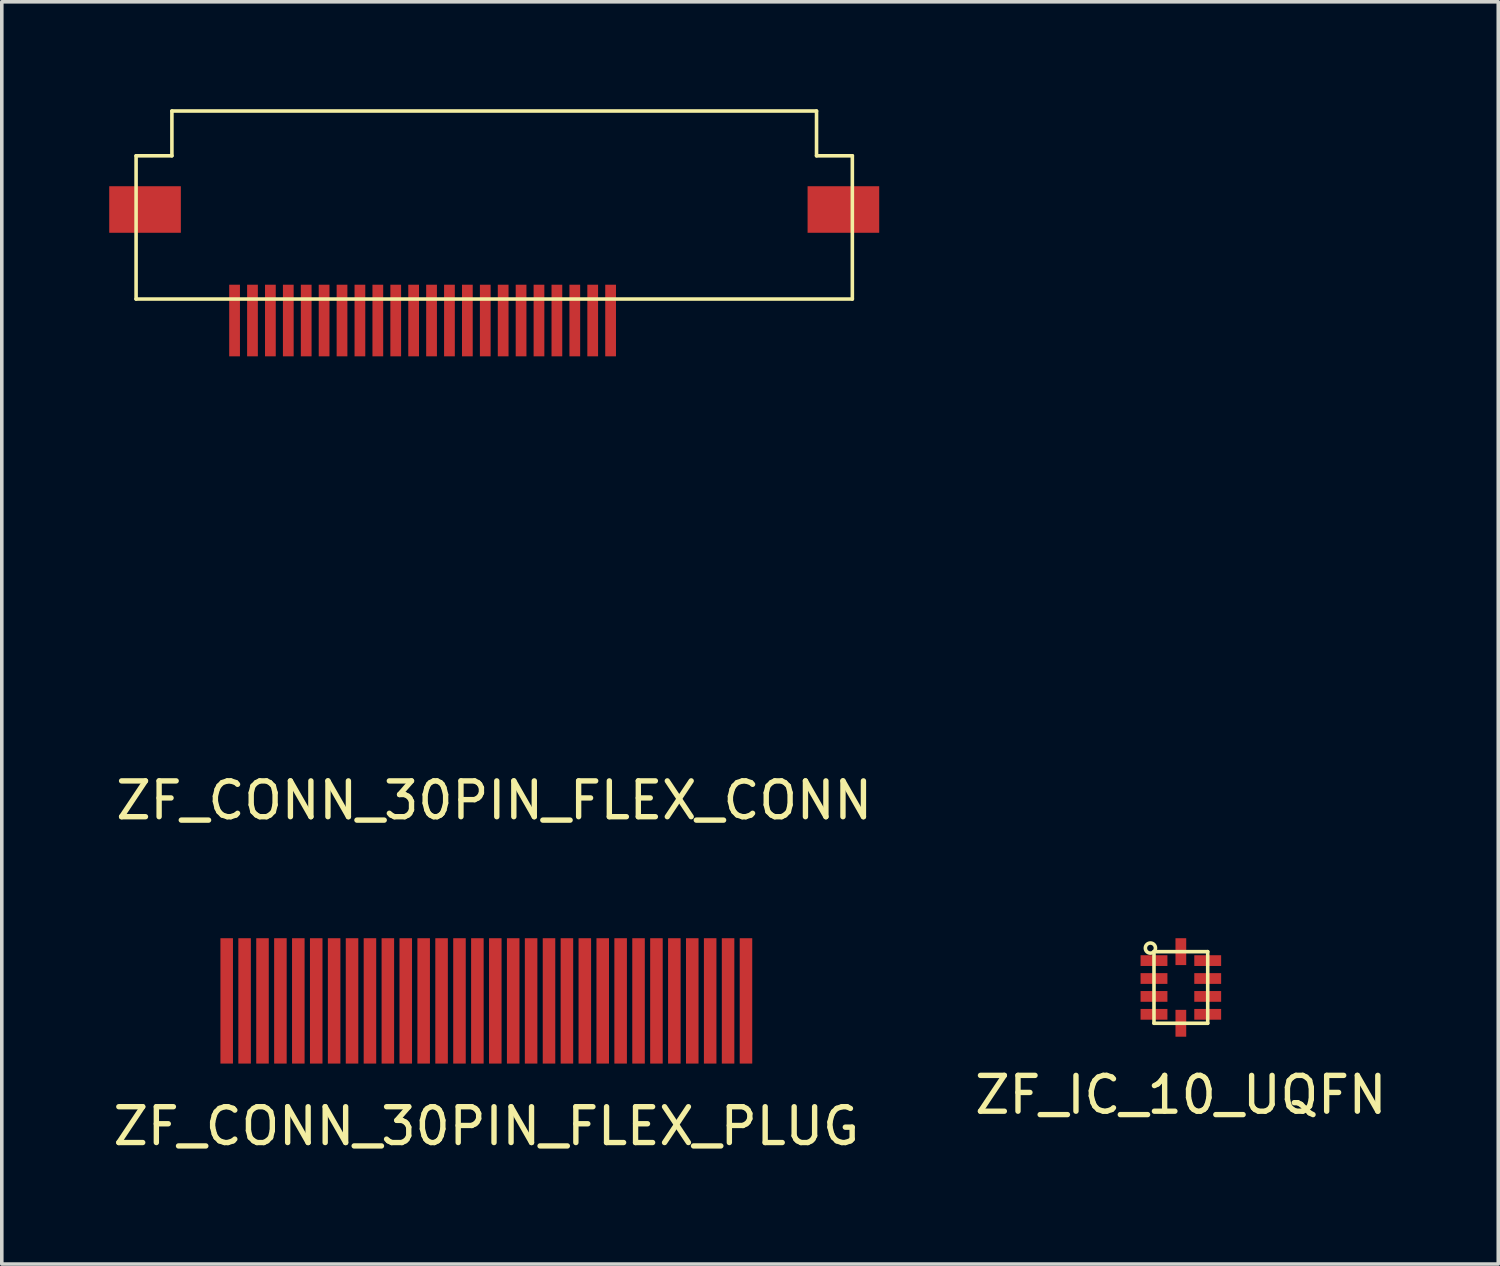
<source format=kicad_pcb>
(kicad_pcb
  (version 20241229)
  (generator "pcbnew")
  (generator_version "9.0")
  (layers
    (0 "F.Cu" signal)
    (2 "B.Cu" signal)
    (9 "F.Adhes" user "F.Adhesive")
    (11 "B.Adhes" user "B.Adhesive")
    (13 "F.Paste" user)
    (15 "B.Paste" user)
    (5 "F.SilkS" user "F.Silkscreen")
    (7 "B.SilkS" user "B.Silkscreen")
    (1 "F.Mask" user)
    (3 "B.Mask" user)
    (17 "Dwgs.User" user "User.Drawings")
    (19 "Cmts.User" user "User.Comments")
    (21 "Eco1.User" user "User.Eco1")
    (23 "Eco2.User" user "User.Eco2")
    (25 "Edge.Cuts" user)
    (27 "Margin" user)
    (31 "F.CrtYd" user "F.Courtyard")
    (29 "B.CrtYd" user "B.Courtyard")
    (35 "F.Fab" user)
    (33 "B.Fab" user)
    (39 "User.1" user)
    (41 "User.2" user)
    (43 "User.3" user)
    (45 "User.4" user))
  (footprint "ZF_CONN_30PIN_FLEX_PLUG"
    (layer "F.Cu")
    (at 10.53 24.898)
    (property "Reference" "ZF_CONN_30PIN_FLEX_PLUG" (at 0 3.5 0) (layer "F.SilkS") (effects (font (size 1 1) (thickness 0.15))))
    (attr through_hole)
    (pad "1" smd rect (at -7.25 0) (size 0.35 3.5) (layers "F.Cu" "F.Mask" "F.Paste"))
    (pad "2" smd rect (at -6.75 0) (size 0.35 3.5) (layers "F.Cu" "F.Mask" "F.Paste"))
    (pad "3" smd rect (at -6.25 0) (size 0.35 3.5) (layers "F.Cu" "F.Mask" "F.Paste"))
    (pad "4" smd rect (at -5.75 0) (size 0.35 3.5) (layers "F.Cu" "F.Mask" "F.Paste"))
    (pad "5" smd rect (at -5.25 0) (size 0.35 3.5) (layers "F.Cu" "F.Mask" "F.Paste"))
    (pad "6" smd rect (at -4.75 0) (size 0.35 3.5) (layers "F.Cu" "F.Mask" "F.Paste"))
    (pad "7" smd rect (at -4.25 0) (size 0.35 3.5) (layers "F.Cu" "F.Mask" "F.Paste"))
    (pad "8" smd rect (at -3.75 0) (size 0.35 3.5) (layers "F.Cu" "F.Mask" "F.Paste"))
    (pad "9" smd rect (at -3.25 0) (size 0.35 3.5) (layers "F.Cu" "F.Mask" "F.Paste"))
    (pad "10" smd rect (at -2.75 0) (size 0.35 3.5) (layers "F.Cu" "F.Mask" "F.Paste"))
    (pad "11" smd rect (at -2.25 0) (size 0.35 3.5) (layers "F.Cu" "F.Mask" "F.Paste"))
    (pad "12" smd rect (at -1.75 0) (size 0.35 3.5) (layers "F.Cu" "F.Mask" "F.Paste"))
    (pad "13" smd rect (at -1.25 0) (size 0.35 3.5) (layers "F.Cu" "F.Mask" "F.Paste"))
    (pad "14" smd rect (at -0.75 0) (size 0.35 3.5) (layers "F.Cu" "F.Mask" "F.Paste"))
    (pad "15" smd rect (at -0.25 0) (size 0.35 3.5) (layers "F.Cu" "F.Mask" "F.Paste"))
    (pad "16" smd rect (at 0.25 0) (size 0.35 3.5) (layers "F.Cu" "F.Mask" "F.Paste"))
    (pad "17" smd rect (at 0.75 0) (size 0.35 3.5) (layers "F.Cu" "F.Mask" "F.Paste"))
    (pad "18" smd rect (at 1.25 0) (size 0.35 3.5) (layers "F.Cu" "F.Mask" "F.Paste"))
    (pad "19" smd rect (at 1.75 0) (size 0.35 3.5) (layers "F.Cu" "F.Mask" "F.Paste"))
    (pad "20" smd rect (at 2.25 0) (size 0.35 3.5) (layers "F.Cu" "F.Mask" "F.Paste"))
    (pad "21" smd rect (at 2.75 0) (size 0.35 3.5) (layers "F.Cu" "F.Mask" "F.Paste"))
    (pad "22" smd rect (at 3.25 0) (size 0.35 3.5) (layers "F.Cu" "F.Mask" "F.Paste"))
    (pad "23" smd rect (at 3.75 0) (size 0.35 3.5) (layers "F.Cu" "F.Mask" "F.Paste"))
    (pad "24" smd rect (at 4.25 0) (size 0.35 3.5) (layers "F.Cu" "F.Mask" "F.Paste"))
    (pad "25" smd rect (at 4.75 0) (size 0.35 3.5) (layers "F.Cu" "F.Mask" "F.Paste"))
    (pad "26" smd rect (at 5.25 0) (size 0.35 3.5) (layers "F.Cu" "F.Mask" "F.Paste"))
    (pad "27" smd rect (at 5.75 0) (size 0.35 3.5) (layers "F.Cu" "F.Mask" "F.Paste"))
    (pad "28" smd rect (at 6.25 0) (size 0.35 3.5) (layers "F.Cu" "F.Mask" "F.Paste"))
    (pad "29" smd rect (at 6.75 0) (size 0.35 3.5) (layers "F.Cu" "F.Mask" "F.Paste"))
    (pad "30" smd rect (at 7.25 0) (size 0.35 3.5) (layers "F.Cu" "F.Mask" "F.Paste")))
  (footprint "ZF_CONN_30PIN_FLEX_CONN"
    (layer "F.Cu")
    (at 10.75 5.3)
    (property "Reference" "ZF_CONN_30PIN_FLEX_CONN" (at 0 14 0) (layer "F.SilkS") (effects (font (size 1 1) (thickness 0.15))))
    (attr through_hole)
    (fp_line (start -10 -4) (end -9 -4) (stroke (width 0.1) (type solid)) (layer "F.SilkS"))
    (fp_line (start -10 0) (end -10 -4) (stroke (width 0.1) (type solid)) (layer "F.SilkS"))
    (fp_line (start -9 -5.25) (end 9 -5.25) (stroke (width 0.1) (type solid)) (layer "F.SilkS"))
    (fp_line (start -9 -4) (end -9 -5.25) (stroke (width 0.1) (type solid)) (layer "F.SilkS"))
    (fp_line (start 9 -4) (end 9 -5.25) (stroke (width 0.1) (type solid)) (layer "F.SilkS"))
    (fp_line (start 10 -4) (end 9 -4) (stroke (width 0.1) (type solid)) (layer "F.SilkS"))
    (fp_line (start 10 0) (end -10 0) (stroke (width 0.1) (type solid)) (layer "F.SilkS"))
    (fp_line (start 10 0) (end 10 -4) (stroke (width 0.1) (type solid)) (layer "F.SilkS"))
    (pad "" smd rect (at -9.75 -2.5) (size 2 1.3) (layers "F.Cu" "F.Mask" "F.Paste"))
    (pad "" smd rect (at 9.75 -2.5) (size 2 1.3) (layers "F.Cu" "F.Mask" "F.Paste"))
    (pad "9" smd rect (at 3.25 0.6) (size 0.3 2) (layers "F.Cu" "F.Mask" "F.Paste"))
    (pad "10" smd rect (at 2.75 0.6) (size 0.3 2) (layers "F.Cu" "F.Mask" "F.Paste"))
    (pad "11" smd rect (at 2.25 0.6) (size 0.3 2) (layers "F.Cu" "F.Mask" "F.Paste"))
    (pad "12" smd rect (at 1.75 0.6) (size 0.3 2) (layers "F.Cu" "F.Mask" "F.Paste"))
    (pad "13" smd rect (at 1.25 0.6) (size 0.3 2) (layers "F.Cu" "F.Mask" "F.Paste"))
    (pad "14" smd rect (at 0.75 0.6) (size 0.3 2) (layers "F.Cu" "F.Mask" "F.Paste"))
    (pad "15" smd rect (at 0.25 0.6) (size 0.3 2) (layers "F.Cu" "F.Mask" "F.Paste"))
    (pad "16" smd rect (at -0.25 0.6) (size 0.3 2) (layers "F.Cu" "F.Mask" "F.Paste"))
    (pad "17" smd rect (at -0.75 0.6) (size 0.3 2) (layers "F.Cu" "F.Mask" "F.Paste"))
    (pad "18" smd rect (at -1.25 0.6) (size 0.3 2) (layers "F.Cu" "F.Mask" "F.Paste"))
    (pad "19" smd rect (at -1.75 0.6) (size 0.3 2) (layers "F.Cu" "F.Mask" "F.Paste"))
    (pad "20" smd rect (at -2.25 0.6) (size 0.3 2) (layers "F.Cu" "F.Mask" "F.Paste"))
    (pad "21" smd rect (at -2.75 0.6) (size 0.3 2) (layers "F.Cu" "F.Mask" "F.Paste"))
    (pad "22" smd rect (at -3.25 0.6) (size 0.3 2) (layers "F.Cu" "F.Mask" "F.Paste"))
    (pad "23" smd rect (at -3.75 0.6) (size 0.3 2) (layers "F.Cu" "F.Mask" "F.Paste"))
    (pad "24" smd rect (at -4.25 0.6) (size 0.3 2) (layers "F.Cu" "F.Mask" "F.Paste"))
    (pad "25" smd rect (at -4.75 0.6) (size 0.3 2) (layers "F.Cu" "F.Mask" "F.Paste"))
    (pad "26" smd rect (at -5.25 0.6) (size 0.3 2) (layers "F.Cu" "F.Mask" "F.Paste"))
    (pad "27" smd rect (at -5.75 0.6) (size 0.3 2) (layers "F.Cu" "F.Mask" "F.Paste"))
    (pad "28" smd rect (at -6.25 0.6) (size 0.3 2) (layers "F.Cu" "F.Mask" "F.Paste"))
    (pad "29" smd rect (at -6.75 0.6) (size 0.3 2) (layers "F.Cu" "F.Mask" "F.Paste"))
    (pad "30" smd rect (at -7.25 0.6) (size 0.3 2) (layers "F.Cu" "F.Mask" "F.Paste")))
  (footprint "ZF_IC_10_UQFN"
    (layer "F.Cu")
    (at 29.923 24.523)
    (property "Reference" "ZF_IC_10_UQFN" (at 0 3 0) (layer "F.SilkS") (effects (font (size 1 1) (thickness 0.15))))
    (attr through_hole)
    (fp_line (start -0.75 -1) (end 0.75 -1) (stroke (width 0.1) (type solid)) (layer "F.SilkS"))
    (fp_line (start -0.75 1) (end -0.75 -1) (stroke (width 0.1) (type solid)) (layer "F.SilkS"))
    (fp_line (start 0.75 -1) (end 0.75 1) (stroke (width 0.1) (type solid)) (layer "F.SilkS"))
    (fp_line (start 0.75 1) (end -0.75 1) (stroke (width 0.1) (type solid)) (layer "F.SilkS"))
    (fp_circle (center -0.85 -1.1) (end -0.95 -1.2) (stroke (width 0.1) (type solid)) (fill no) (layer "F.SilkS"))
    (pad "1" smd rect (at -0.75 -0.75) (size 0.75 0.3) (layers "F.Cu" "F.Mask" "F.Paste"))
    (pad "2" smd rect (at -0.75 -0.25) (size 0.75 0.3) (layers "F.Cu" "F.Mask" "F.Paste"))
    (pad "3" smd rect (at -0.75 0.25) (size 0.75 0.3) (layers "F.Cu" "F.Mask" "F.Paste"))
    (pad "4" smd rect (at -0.75 0.75) (size 0.75 0.3) (layers "F.Cu" "F.Mask" "F.Paste"))
    (pad "5" smd rect (at 0 1 90) (size 0.75 0.3) (layers "F.Cu" "F.Mask" "F.Paste"))
    (pad "6" smd rect (at 0.75 0.75) (size 0.75 0.3) (layers "F.Cu" "F.Mask" "F.Paste"))
    (pad "7" smd rect (at 0.75 0.25) (size 0.75 0.3) (layers "F.Cu" "F.Mask" "F.Paste"))
    (pad "8" smd rect (at 0.75 -0.25) (size 0.75 0.3) (layers "F.Cu" "F.Mask" "F.Paste"))
    (pad "9" smd rect (at 0.75 -0.75) (size 0.75 0.3) (layers "F.Cu" "F.Mask" "F.Paste"))
    (pad "10" smd rect (at 0 -1 90) (size 0.75 0.3) (layers "F.Cu" "F.Mask" "F.Paste")))
  (gr_rect
    (start -3 -3)
    (end 38.786 32.246)
    (stroke (width 0.1) (type default))
    (fill no)
    (layer "Edge.Cuts")))
</source>
